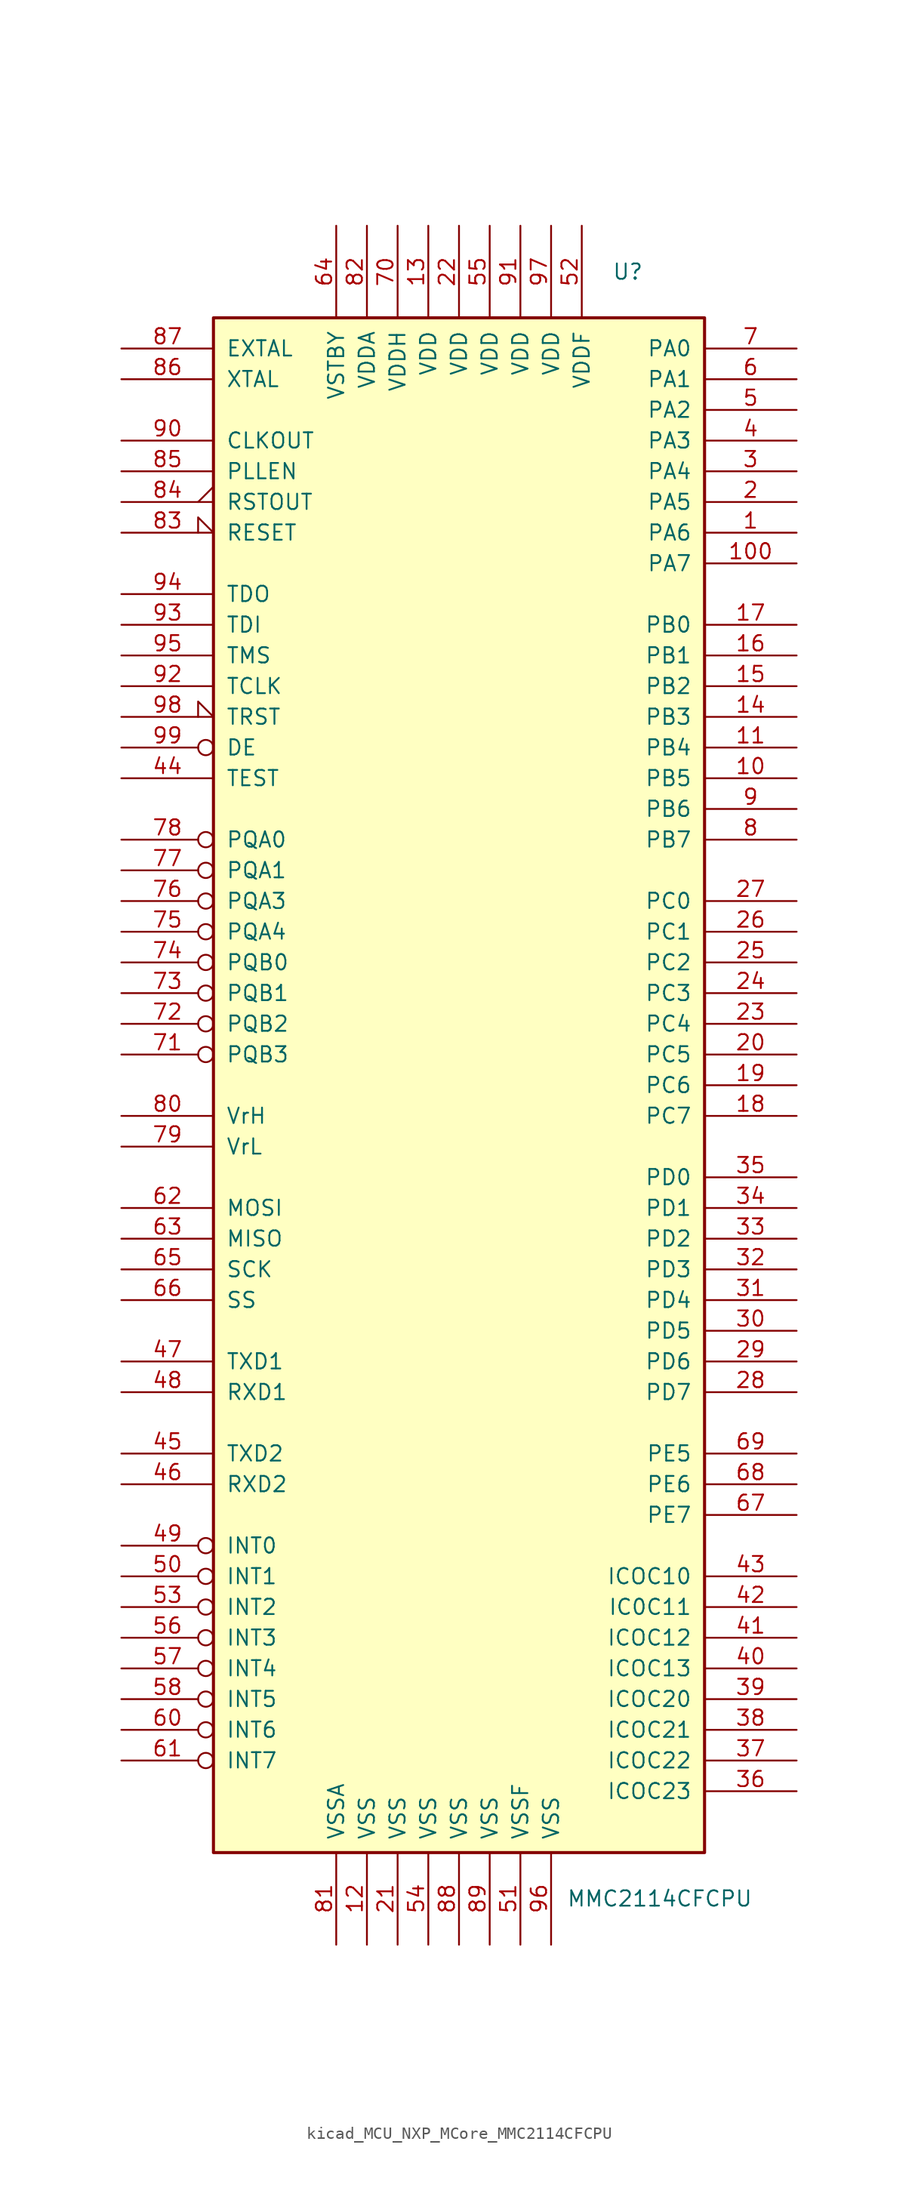
<source format=kicad_sym>
(kicad_symbol_lib
  (version 20220914)
  (generator kicad_symbol_editor)
  (symbol "kicad_MCU_NXP_MCore_MMC2114CFCPU"
    (pin_names
      (offset 1.016))
    (property "Reference" "U"
      (at 13.97 67.31 0)
      (effects (font (size 1.27 1.27))))
    (property "Value" "MMC2114CFCPU"
      (at 8.89 -67.31 0)
      (effects (font (size 1.27 1.27)) (justify left)))
    (symbol "kicad_MCU_NXP_MCore_MMC2114CFCPU_0_1"
      (rectangle (start -20.32 63.5) (end 20.32 -63.5) (stroke (width 0.254) (type default)) (fill (type background))))
    (symbol "kicad_MCU_NXP_MCore_MMC2114CFCPU_1_1"
      (pin bidirectional line (at 27.94 45.72 180) (length 7.62) (name "PA6" (effects (font (size 1.27 1.27)))) (number "1" (effects (font (size 1.27 1.27)))))
      (pin bidirectional line (at 27.94 25.4 180) (length 7.62) (name "PB5" (effects (font (size 1.27 1.27)))) (number "10" (effects (font (size 1.27 1.27)))))
      (pin bidirectional line (at 27.94 43.18 180) (length 7.62) (name "PA7" (effects (font (size 1.27 1.27)))) (number "100" (effects (font (size 1.27 1.27)))))
      (pin bidirectional line (at 27.94 27.94 180) (length 7.62) (name "PB4" (effects (font (size 1.27 1.27)))) (number "11" (effects (font (size 1.27 1.27)))))
      (pin power_in line (at -7.62 -71.12 90) (length 7.62) (name "VSS" (effects (font (size 1.27 1.27)))) (number "12" (effects (font (size 1.27 1.27)))))
      (pin power_in line (at -2.54 71.12 270) (length 7.62) (name "VDD" (effects (font (size 1.27 1.27)))) (number "13" (effects (font (size 1.27 1.27)))))
      (pin bidirectional line (at 27.94 30.48 180) (length 7.62) (name "PB3" (effects (font (size 1.27 1.27)))) (number "14" (effects (font (size 1.27 1.27)))))
      (pin bidirectional line (at 27.94 33.02 180) (length 7.62) (name "PB2" (effects (font (size 1.27 1.27)))) (number "15" (effects (font (size 1.27 1.27)))))
      (pin bidirectional line (at 27.94 35.56 180) (length 7.62) (name "PB1" (effects (font (size 1.27 1.27)))) (number "16" (effects (font (size 1.27 1.27)))))
      (pin bidirectional line (at 27.94 38.1 180) (length 7.62) (name "PB0" (effects (font (size 1.27 1.27)))) (number "17" (effects (font (size 1.27 1.27)))))
      (pin bidirectional line (at 27.94 -2.54 180) (length 7.62) (name "PC7" (effects (font (size 1.27 1.27)))) (number "18" (effects (font (size 1.27 1.27)))))
      (pin bidirectional line (at 27.94 0 180) (length 7.62) (name "PC6" (effects (font (size 1.27 1.27)))) (number "19" (effects (font (size 1.27 1.27)))))
      (pin bidirectional line (at 27.94 48.26 180) (length 7.62) (name "PA5" (effects (font (size 1.27 1.27)))) (number "2" (effects (font (size 1.27 1.27)))))
      (pin bidirectional line (at 27.94 2.54 180) (length 7.62) (name "PC5" (effects (font (size 1.27 1.27)))) (number "20" (effects (font (size 1.27 1.27)))))
      (pin power_in line (at -5.08 -71.12 90) (length 7.62) (name "VSS" (effects (font (size 1.27 1.27)))) (number "21" (effects (font (size 1.27 1.27)))))
      (pin power_in line (at 0 71.12 270) (length 7.62) (name "VDD" (effects (font (size 1.27 1.27)))) (number "22" (effects (font (size 1.27 1.27)))))
      (pin bidirectional line (at 27.94 5.08 180) (length 7.62) (name "PC4" (effects (font (size 1.27 1.27)))) (number "23" (effects (font (size 1.27 1.27)))))
      (pin bidirectional line (at 27.94 7.62 180) (length 7.62) (name "PC3" (effects (font (size 1.27 1.27)))) (number "24" (effects (font (size 1.27 1.27)))))
      (pin bidirectional line (at 27.94 10.16 180) (length 7.62) (name "PC2" (effects (font (size 1.27 1.27)))) (number "25" (effects (font (size 1.27 1.27)))))
      (pin bidirectional line (at 27.94 12.7 180) (length 7.62) (name "PC1" (effects (font (size 1.27 1.27)))) (number "26" (effects (font (size 1.27 1.27)))))
      (pin bidirectional line (at 27.94 15.24 180) (length 7.62) (name "PC0" (effects (font (size 1.27 1.27)))) (number "27" (effects (font (size 1.27 1.27)))))
      (pin bidirectional line (at 27.94 -25.4 180) (length 7.62) (name "PD7" (effects (font (size 1.27 1.27)))) (number "28" (effects (font (size 1.27 1.27)))))
      (pin bidirectional line (at 27.94 -22.86 180) (length 7.62) (name "PD6" (effects (font (size 1.27 1.27)))) (number "29" (effects (font (size 1.27 1.27)))))
      (pin bidirectional line (at 27.94 50.8 180) (length 7.62) (name "PA4" (effects (font (size 1.27 1.27)))) (number "3" (effects (font (size 1.27 1.27)))))
      (pin bidirectional line (at 27.94 -20.32 180) (length 7.62) (name "PD5" (effects (font (size 1.27 1.27)))) (number "30" (effects (font (size 1.27 1.27)))))
      (pin bidirectional line (at 27.94 -17.78 180) (length 7.62) (name "PD4" (effects (font (size 1.27 1.27)))) (number "31" (effects (font (size 1.27 1.27)))))
      (pin bidirectional line (at 27.94 -15.24 180) (length 7.62) (name "PD3" (effects (font (size 1.27 1.27)))) (number "32" (effects (font (size 1.27 1.27)))))
      (pin bidirectional line (at 27.94 -12.7 180) (length 7.62) (name "PD2" (effects (font (size 1.27 1.27)))) (number "33" (effects (font (size 1.27 1.27)))))
      (pin bidirectional line (at 27.94 -10.16 180) (length 7.62) (name "PD1" (effects (font (size 1.27 1.27)))) (number "34" (effects (font (size 1.27 1.27)))))
      (pin bidirectional line (at 27.94 -7.62 180) (length 7.62) (name "PD0" (effects (font (size 1.27 1.27)))) (number "35" (effects (font (size 1.27 1.27)))))
      (pin bidirectional line (at 27.94 -58.42 180) (length 7.62) (name "ICOC23" (effects (font (size 1.27 1.27)))) (number "36" (effects (font (size 1.27 1.27)))))
      (pin bidirectional line (at 27.94 -55.88 180) (length 7.62) (name "ICOC22" (effects (font (size 1.27 1.27)))) (number "37" (effects (font (size 1.27 1.27)))))
      (pin bidirectional line (at 27.94 -53.34 180) (length 7.62) (name "ICOC21" (effects (font (size 1.27 1.27)))) (number "38" (effects (font (size 1.27 1.27)))))
      (pin bidirectional line (at 27.94 -50.8 180) (length 7.62) (name "ICOC20" (effects (font (size 1.27 1.27)))) (number "39" (effects (font (size 1.27 1.27)))))
      (pin bidirectional line (at 27.94 53.34 180) (length 7.62) (name "PA3" (effects (font (size 1.27 1.27)))) (number "4" (effects (font (size 1.27 1.27)))))
      (pin bidirectional line (at 27.94 -48.26 180) (length 7.62) (name "ICOC13" (effects (font (size 1.27 1.27)))) (number "40" (effects (font (size 1.27 1.27)))))
      (pin bidirectional line (at 27.94 -45.72 180) (length 7.62) (name "ICOC12" (effects (font (size 1.27 1.27)))) (number "41" (effects (font (size 1.27 1.27)))))
      (pin bidirectional line (at 27.94 -43.18 180) (length 7.62) (name "IC0C11" (effects (font (size 1.27 1.27)))) (number "42" (effects (font (size 1.27 1.27)))))
      (pin bidirectional line (at 27.94 -40.64 180) (length 7.62) (name "ICOC10" (effects (font (size 1.27 1.27)))) (number "43" (effects (font (size 1.27 1.27)))))
      (pin bidirectional line (at -27.94 25.4 0) (length 7.62) (name "TEST" (effects (font (size 1.27 1.27)))) (number "44" (effects (font (size 1.27 1.27)))))
      (pin bidirectional line (at -27.94 -30.48 0) (length 7.62) (name "TXD2" (effects (font (size 1.27 1.27)))) (number "45" (effects (font (size 1.27 1.27)))))
      (pin bidirectional line (at -27.94 -33.02 0) (length 7.62) (name "RXD2" (effects (font (size 1.27 1.27)))) (number "46" (effects (font (size 1.27 1.27)))))
      (pin bidirectional line (at -27.94 -22.86 0) (length 7.62) (name "TXD1" (effects (font (size 1.27 1.27)))) (number "47" (effects (font (size 1.27 1.27)))))
      (pin bidirectional line (at -27.94 -25.4 0) (length 7.62) (name "RXD1" (effects (font (size 1.27 1.27)))) (number "48" (effects (font (size 1.27 1.27)))))
      (pin bidirectional inverted (at -27.94 -38.1 0) (length 7.62) (name "INT0" (effects (font (size 1.27 1.27)))) (number "49" (effects (font (size 1.27 1.27)))))
      (pin bidirectional line (at 27.94 55.88 180) (length 7.62) (name "PA2" (effects (font (size 1.27 1.27)))) (number "5" (effects (font (size 1.27 1.27)))))
      (pin bidirectional inverted (at -27.94 -40.64 0) (length 7.62) (name "INT1" (effects (font (size 1.27 1.27)))) (number "50" (effects (font (size 1.27 1.27)))))
      (pin power_in line (at 5.08 -71.12 90) (length 7.62) (name "VSSF" (effects (font (size 1.27 1.27)))) (number "51" (effects (font (size 1.27 1.27)))))
      (pin power_in line (at 10.16 71.12 270) (length 7.62) (name "VDDF" (effects (font (size 1.27 1.27)))) (number "52" (effects (font (size 1.27 1.27)))))
      (pin bidirectional inverted (at -27.94 -43.18 0) (length 7.62) (name "INT2" (effects (font (size 1.27 1.27)))) (number "53" (effects (font (size 1.27 1.27)))))
      (pin power_in line (at -2.54 -71.12 90) (length 7.62) (name "VSS" (effects (font (size 1.27 1.27)))) (number "54" (effects (font (size 1.27 1.27)))))
      (pin power_in line (at 2.54 71.12 270) (length 7.62) (name "VDD" (effects (font (size 1.27 1.27)))) (number "55" (effects (font (size 1.27 1.27)))))
      (pin bidirectional inverted (at -27.94 -45.72 0) (length 7.62) (name "INT3" (effects (font (size 1.27 1.27)))) (number "56" (effects (font (size 1.27 1.27)))))
      (pin bidirectional inverted (at -27.94 -48.26 0) (length 7.62) (name "INT4" (effects (font (size 1.27 1.27)))) (number "57" (effects (font (size 1.27 1.27)))))
      (pin bidirectional inverted (at -27.94 -50.8 0) (length 7.62) (name "INT5" (effects (font (size 1.27 1.27)))) (number "58" (effects (font (size 1.27 1.27)))))
      (pin bidirectional line (at 27.94 58.42 180) (length 7.62) (name "PA1" (effects (font (size 1.27 1.27)))) (number "6" (effects (font (size 1.27 1.27)))))
      (pin bidirectional inverted (at -27.94 -53.34 0) (length 7.62) (name "INT6" (effects (font (size 1.27 1.27)))) (number "60" (effects (font (size 1.27 1.27)))))
      (pin bidirectional inverted (at -27.94 -55.88 0) (length 7.62) (name "INT7" (effects (font (size 1.27 1.27)))) (number "61" (effects (font (size 1.27 1.27)))))
      (pin bidirectional line (at -27.94 -10.16 0) (length 7.62) (name "MOSI" (effects (font (size 1.27 1.27)))) (number "62" (effects (font (size 1.27 1.27)))))
      (pin bidirectional line (at -27.94 -12.7 0) (length 7.62) (name "MISO" (effects (font (size 1.27 1.27)))) (number "63" (effects (font (size 1.27 1.27)))))
      (pin power_in line (at -10.16 71.12 270) (length 7.62) (name "VSTBY" (effects (font (size 1.27 1.27)))) (number "64" (effects (font (size 1.27 1.27)))))
      (pin bidirectional line (at -27.94 -15.24 0) (length 7.62) (name "SCK" (effects (font (size 1.27 1.27)))) (number "65" (effects (font (size 1.27 1.27)))))
      (pin bidirectional line (at -27.94 -17.78 0) (length 7.62) (name "SS" (effects (font (size 1.27 1.27)))) (number "66" (effects (font (size 1.27 1.27)))))
      (pin bidirectional line (at 27.94 -35.56 180) (length 7.62) (name "PE7" (effects (font (size 1.27 1.27)))) (number "67" (effects (font (size 1.27 1.27)))))
      (pin bidirectional line (at 27.94 -33.02 180) (length 7.62) (name "PE6" (effects (font (size 1.27 1.27)))) (number "68" (effects (font (size 1.27 1.27)))))
      (pin bidirectional line (at 27.94 -30.48 180) (length 7.62) (name "PE5" (effects (font (size 1.27 1.27)))) (number "69" (effects (font (size 1.27 1.27)))))
      (pin bidirectional line (at 27.94 60.96 180) (length 7.62) (name "PA0" (effects (font (size 1.27 1.27)))) (number "7" (effects (font (size 1.27 1.27)))))
      (pin power_in line (at -5.08 71.12 270) (length 7.62) (name "VDDH" (effects (font (size 1.27 1.27)))) (number "70" (effects (font (size 1.27 1.27)))))
      (pin bidirectional inverted (at -27.94 2.54 0) (length 7.62) (name "PQB3" (effects (font (size 1.27 1.27)))) (number "71" (effects (font (size 1.27 1.27)))))
      (pin bidirectional inverted (at -27.94 5.08 0) (length 7.62) (name "PQB2" (effects (font (size 1.27 1.27)))) (number "72" (effects (font (size 1.27 1.27)))))
      (pin bidirectional inverted (at -27.94 7.62 0) (length 7.62) (name "PQB1" (effects (font (size 1.27 1.27)))) (number "73" (effects (font (size 1.27 1.27)))))
      (pin bidirectional inverted (at -27.94 10.16 0) (length 7.62) (name "PQB0" (effects (font (size 1.27 1.27)))) (number "74" (effects (font (size 1.27 1.27)))))
      (pin bidirectional inverted (at -27.94 12.7 0) (length 7.62) (name "PQA4" (effects (font (size 1.27 1.27)))) (number "75" (effects (font (size 1.27 1.27)))))
      (pin bidirectional inverted (at -27.94 15.24 0) (length 7.62) (name "PQA3" (effects (font (size 1.27 1.27)))) (number "76" (effects (font (size 1.27 1.27)))))
      (pin bidirectional inverted (at -27.94 17.78 0) (length 7.62) (name "PQA1" (effects (font (size 1.27 1.27)))) (number "77" (effects (font (size 1.27 1.27)))))
      (pin bidirectional inverted (at -27.94 20.32 0) (length 7.62) (name "PQA0" (effects (font (size 1.27 1.27)))) (number "78" (effects (font (size 1.27 1.27)))))
      (pin input line (at -27.94 -5.08 0) (length 7.62) (name "VrL" (effects (font (size 1.27 1.27)))) (number "79" (effects (font (size 1.27 1.27)))))
      (pin bidirectional line (at 27.94 20.32 180) (length 7.62) (name "PB7" (effects (font (size 1.27 1.27)))) (number "8" (effects (font (size 1.27 1.27)))))
      (pin input line (at -27.94 -2.54 0) (length 7.62) (name "VrH" (effects (font (size 1.27 1.27)))) (number "80" (effects (font (size 1.27 1.27)))))
      (pin power_in line (at -10.16 -71.12 90) (length 7.62) (name "VSSA" (effects (font (size 1.27 1.27)))) (number "81" (effects (font (size 1.27 1.27)))))
      (pin power_in line (at -7.62 71.12 270) (length 7.62) (name "VDDA" (effects (font (size 1.27 1.27)))) (number "82" (effects (font (size 1.27 1.27)))))
      (pin input input_low (at -27.94 45.72 0) (length 7.62) (name "RESET" (effects (font (size 1.27 1.27)))) (number "83" (effects (font (size 1.27 1.27)))))
      (pin output output_low (at -27.94 48.26 0) (length 7.62) (name "RSTOUT" (effects (font (size 1.27 1.27)))) (number "84" (effects (font (size 1.27 1.27)))))
      (pin input line (at -27.94 50.8 0) (length 7.62) (name "PLLEN" (effects (font (size 1.27 1.27)))) (number "85" (effects (font (size 1.27 1.27)))))
      (pin output line (at -27.94 58.42 0) (length 7.62) (name "XTAL" (effects (font (size 1.27 1.27)))) (number "86" (effects (font (size 1.27 1.27)))))
      (pin input line (at -27.94 60.96 0) (length 7.62) (name "EXTAL" (effects (font (size 1.27 1.27)))) (number "87" (effects (font (size 1.27 1.27)))))
      (pin power_in line (at 0 -71.12 90) (length 7.62) (name "VSS" (effects (font (size 1.27 1.27)))) (number "88" (effects (font (size 1.27 1.27)))))
      (pin power_in line (at 2.54 -71.12 90) (length 7.62) (name "VSS" (effects (font (size 1.27 1.27)))) (number "89" (effects (font (size 1.27 1.27)))))
      (pin bidirectional line (at 27.94 22.86 180) (length 7.62) (name "PB6" (effects (font (size 1.27 1.27)))) (number "9" (effects (font (size 1.27 1.27)))))
      (pin output line (at -27.94 53.34 0) (length 7.62) (name "CLKOUT" (effects (font (size 1.27 1.27)))) (number "90" (effects (font (size 1.27 1.27)))))
      (pin power_in line (at 5.08 71.12 270) (length 7.62) (name "VDD" (effects (font (size 1.27 1.27)))) (number "91" (effects (font (size 1.27 1.27)))))
      (pin input line (at -27.94 33.02 0) (length 7.62) (name "TCLK" (effects (font (size 1.27 1.27)))) (number "92" (effects (font (size 1.27 1.27)))))
      (pin input line (at -27.94 38.1 0) (length 7.62) (name "TDI" (effects (font (size 1.27 1.27)))) (number "93" (effects (font (size 1.27 1.27)))))
      (pin output line (at -27.94 40.64 0) (length 7.62) (name "TDO" (effects (font (size 1.27 1.27)))) (number "94" (effects (font (size 1.27 1.27)))))
      (pin input line (at -27.94 35.56 0) (length 7.62) (name "TMS" (effects (font (size 1.27 1.27)))) (number "95" (effects (font (size 1.27 1.27)))))
      (pin power_in line (at 7.62 -71.12 90) (length 7.62) (name "VSS" (effects (font (size 1.27 1.27)))) (number "96" (effects (font (size 1.27 1.27)))))
      (pin power_in line (at 7.62 71.12 270) (length 7.62) (name "VDD" (effects (font (size 1.27 1.27)))) (number "97" (effects (font (size 1.27 1.27)))))
      (pin input input_low (at -27.94 30.48 0) (length 7.62) (name "TRST" (effects (font (size 1.27 1.27)))) (number "98" (effects (font (size 1.27 1.27)))))
      (pin output inverted (at -27.94 27.94 0) (length 7.62) (name "DE" (effects (font (size 1.27 1.27)))) (number "99" (effects (font (size 1.27 1.27))))))))
</source>
